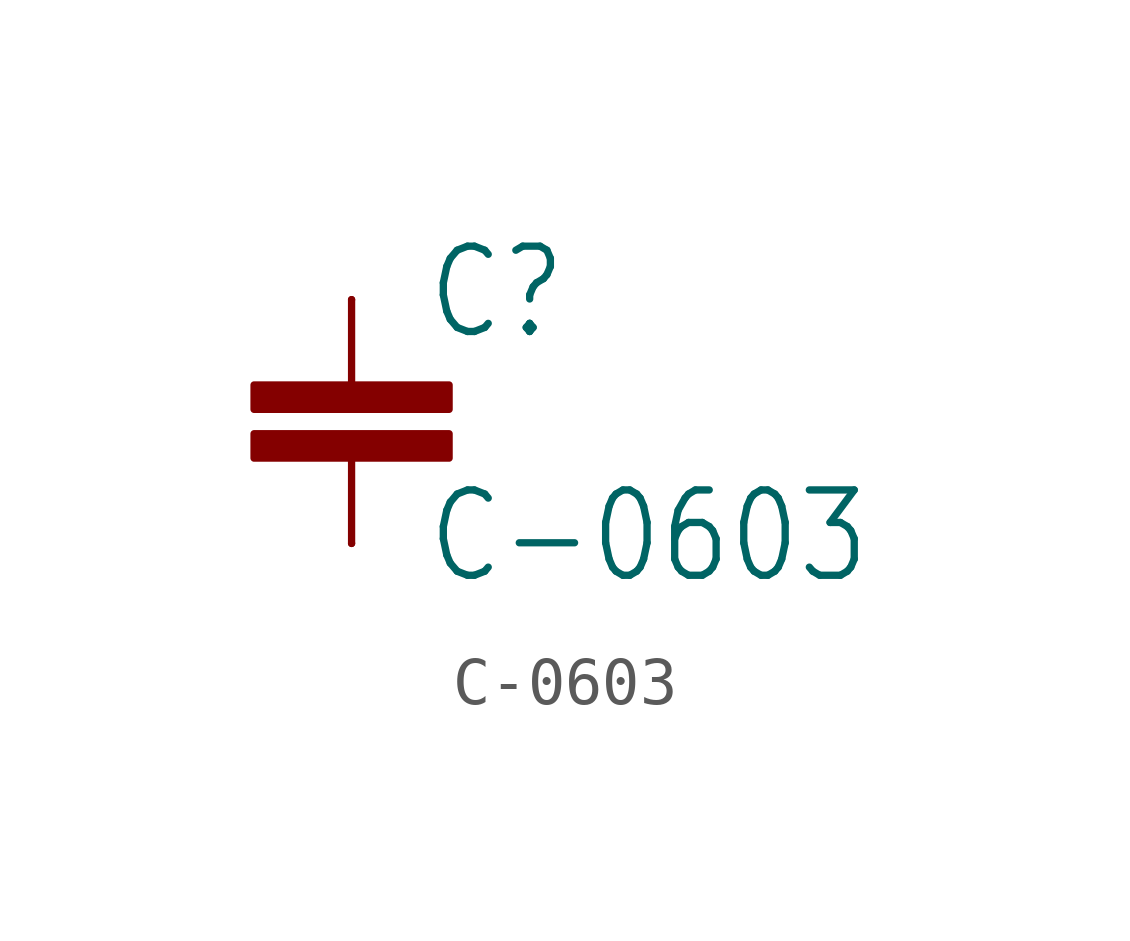
<source format=kicad_sym>
(kicad_symbol_lib
  (version 20211014)
  (generator kicad_symbol_editor)
  (symbol "C-0603"
    (property "Reference" "C"
      (at 1.524 1.651 0)
      (effects (font (size 1.778 1.511)) (justify left bottom)))
    (property "Value" "C-0603"
      (at 1.524 -3.429 0)
      (effects (font (size 1.778 1.511)) (justify left bottom)))
    (property "ki_locked" ""
      (at 0 0 0)
      (effects (font (size 1.27 1.27))))
    (symbol "C-0603_1_0"
      (rectangle (start -2.032 -0.762) (end 2.032 -0.254) (stroke (width 0) (type default) (color 0 0 0 0)) (fill (type outline)))
      (rectangle (start -2.032 0.254) (end 2.032 0.762) (stroke (width 0) (type default) (color 0 0 0 0)) (fill (type outline)))
      (polyline (pts (xy 0 -2.54) (xy 0 -0.762)) (stroke (width 0.152) (type default) (color 0 0 0 0)) (fill (type none)))
      (polyline (pts (xy 0 2.54) (xy 0 0.762)) (stroke (width 0.152) (type default) (color 0 0 0 0)) (fill (type none)))
      (pin passive line (at 0 2.54 270) (length 0) (name "1" (effects (font (size 0 0)))) (number "1" (effects (font (size 0 0)))))
      (pin passive line (at 0 -2.54 90) (length 0) (name "2" (effects (font (size 0 0)))) (number "2" (effects (font (size 0 0))))))))
</source>
